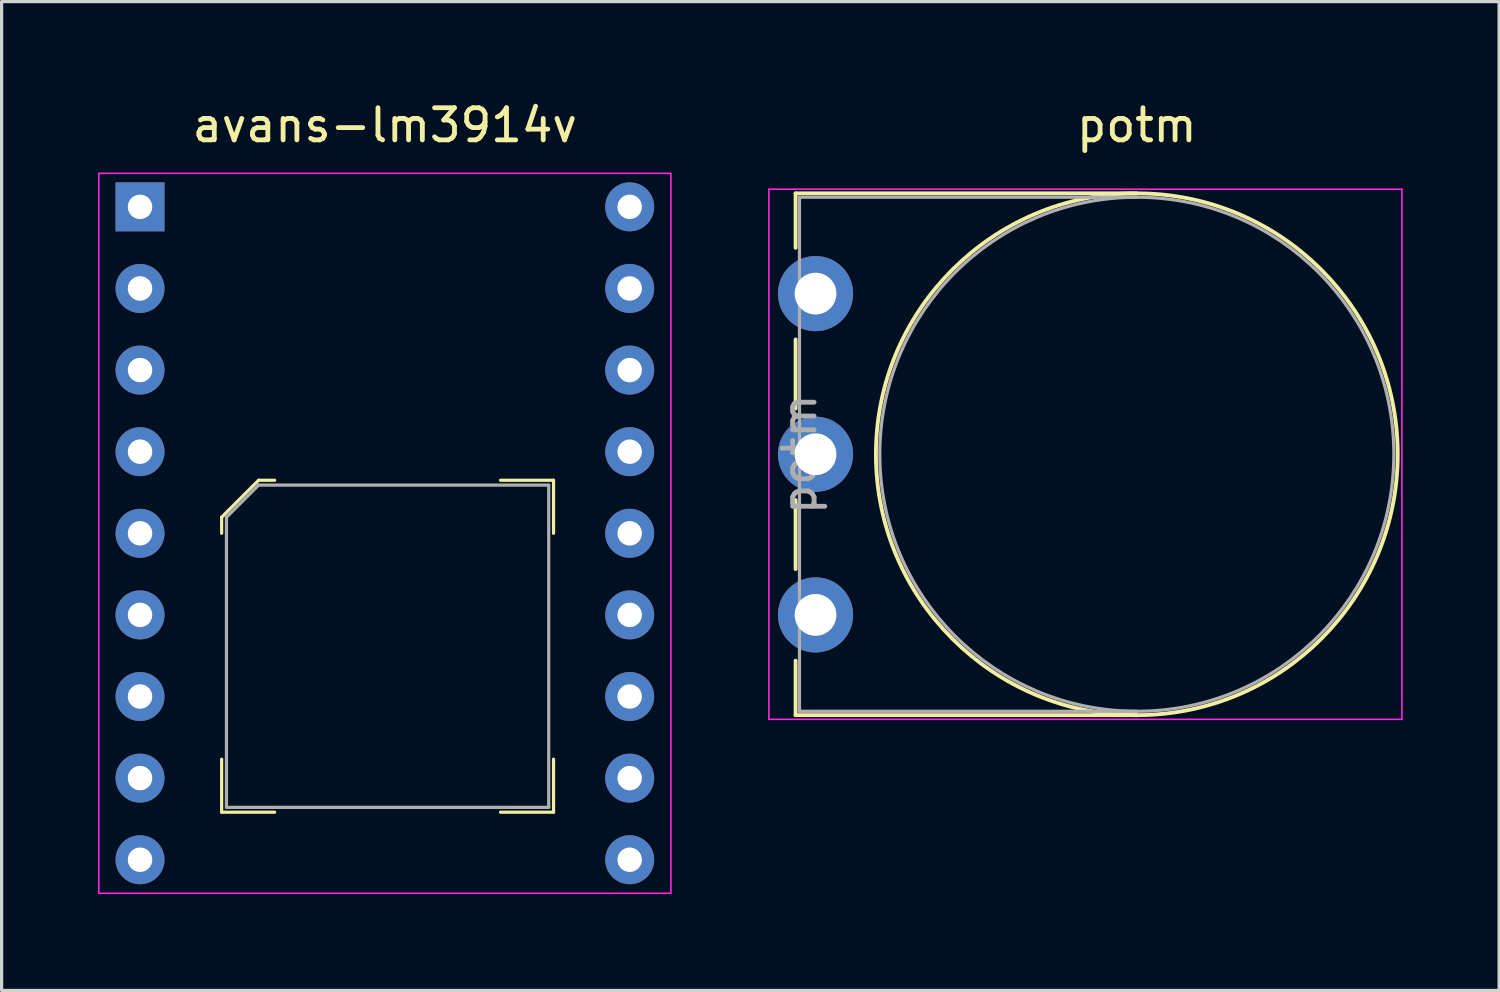
<source format=kicad_pcb>
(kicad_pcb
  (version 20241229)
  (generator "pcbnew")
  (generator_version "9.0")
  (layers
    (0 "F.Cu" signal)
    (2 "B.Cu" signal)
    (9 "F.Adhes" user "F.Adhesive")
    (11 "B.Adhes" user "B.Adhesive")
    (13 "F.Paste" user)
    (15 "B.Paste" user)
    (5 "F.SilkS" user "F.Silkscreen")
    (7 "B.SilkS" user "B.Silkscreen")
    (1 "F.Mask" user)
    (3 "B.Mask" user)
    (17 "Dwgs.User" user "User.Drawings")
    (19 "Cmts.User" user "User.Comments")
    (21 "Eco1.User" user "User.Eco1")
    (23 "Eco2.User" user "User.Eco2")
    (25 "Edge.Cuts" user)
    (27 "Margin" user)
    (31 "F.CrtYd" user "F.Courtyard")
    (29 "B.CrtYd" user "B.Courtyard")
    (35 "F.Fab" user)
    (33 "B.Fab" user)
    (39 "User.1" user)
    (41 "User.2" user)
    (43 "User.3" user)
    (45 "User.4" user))
  (footprint "potm"
    (layer "F.Cu")
    (at 22.332 16.088)
    (property "Reference" "potm" (at 10 -15.24 0) (unlocked yes) (layer "F.SilkS") (effects (font (size 1 1) (thickness 0.15))))
    (attr through_hole)
    (fp_line (start -0.62 -13.12) (end -0.62 -11.426) (stroke (width 0.12) (type solid)) (layer "F.SilkS"))
    (fp_line (start -0.62 -13.12) (end 10 -13.12) (stroke (width 0.12) (type solid)) (layer "F.SilkS"))
    (fp_line (start -0.62 -8.574) (end -0.62 -6.425) (stroke (width 0.12) (type solid)) (layer "F.SilkS"))
    (fp_line (start -0.62 -3.575) (end -0.62 -1.425) (stroke (width 0.12) (type solid)) (layer "F.SilkS"))
    (fp_line (start -0.62 1.425) (end -0.62 3.12) (stroke (width 0.12) (type solid)) (layer "F.SilkS"))
    (fp_line (start -0.62 3.12) (end 10 3.12) (stroke (width 0.12) (type solid)) (layer "F.SilkS"))
    (fp_circle (center 10 -5) (end 18.12 -5) (stroke (width 0.12) (type solid)) (fill no) (layer "F.SilkS"))
    (fp_line (start -1.45 -13.25) (end -1.45 3.25) (stroke (width 0.05) (type solid)) (layer "F.CrtYd"))
    (fp_line (start -1.45 3.25) (end 18.25 3.25) (stroke (width 0.05) (type solid)) (layer "F.CrtYd"))
    (fp_line (start 18.25 -13.25) (end -1.45 -13.25) (stroke (width 0.05) (type solid)) (layer "F.CrtYd"))
    (fp_line (start 18.25 3.25) (end 18.25 -13.25) (stroke (width 0.05) (type solid)) (layer "F.CrtYd"))
    (fp_line (start -0.5 -13) (end -0.5 3) (stroke (width 0.1) (type solid)) (layer "F.Fab"))
    (fp_line (start -0.5 3) (end 10 3) (stroke (width 0.1) (type solid)) (layer "F.Fab"))
    (fp_line (start 10 -13) (end -0.5 -13) (stroke (width 0.1) (type solid)) (layer "F.Fab"))
    (fp_circle (center 10 -5) (end 18 -5) (stroke (width 0.1) (type solid)) (fill no) (layer "F.Fab"))
    (fp_text user "${REFERENCE}" (at -0.5 -5 270) (layer "F.Fab") (effects (font (size 1 1) (thickness 0.15))))
    (pad "1" thru_hole circle (at 0 0) (size 2.34 2.34) (drill 1.3) (layers "*.Cu" "*.Mask"))
    (pad "2" thru_hole circle (at 0 -5) (size 2.34 2.34) (drill 1.3) (layers "*.Cu" "*.Mask"))
    (pad "3" thru_hole circle (at 0 -10) (size 2.34 2.34) (drill 1.3) (layers "*.Cu" "*.Mask")))
  (footprint "avans-lm3914v"
    (layer "F.Cu")
    (at 8.928 13.548)
    (property "Reference" "avans-lm3914v" (at 0 -12.7 0) (unlocked yes) (layer "F.SilkS") (effects (font (size 1 1) (thickness 0.15))))
    (attr through_hole)
    (fp_line (start -5.08 -0.5) (end -5.08 0) (stroke (width 0.1) (type solid)) (layer "F.SilkS"))
    (fp_line (start -5.08 8.68) (end -5.08 7.03) (stroke (width 0.1) (type solid)) (layer "F.SilkS"))
    (fp_line (start -3.93 -1.65) (end -5.08 -0.5) (stroke (width 0.1) (type solid)) (layer "F.SilkS"))
    (fp_line (start -3.43 -1.65) (end -3.93 -1.65) (stroke (width 0.1) (type solid)) (layer "F.SilkS"))
    (fp_line (start -3.43 8.68) (end -5.08 8.68) (stroke (width 0.1) (type solid)) (layer "F.SilkS"))
    (fp_line (start 3.6 -1.65) (end 5.25 -1.65) (stroke (width 0.1) (type solid)) (layer "F.SilkS"))
    (fp_line (start 3.6 8.68) (end 5.25 8.68) (stroke (width 0.1) (type solid)) (layer "F.SilkS"))
    (fp_line (start 5.25 -1.65) (end 5.25 0) (stroke (width 0.1) (type solid)) (layer "F.SilkS"))
    (fp_line (start 5.25 8.68) (end 5.25 7.03) (stroke (width 0.1) (type solid)) (layer "F.SilkS"))
    (fp_rect (start -8.903 -11.204) (end 8.903 11.204) (stroke (width 0.05) (type solid)) (fill no) (layer "F.CrtYd"))
    (fp_line (start -4.93 -0.5) (end -4.93 8.53) (stroke (width 0.1) (type solid)) (layer "F.Fab"))
    (fp_line (start -4.93 8.53) (end 5.1 8.53) (stroke (width 0.1) (type solid)) (layer "F.Fab"))
    (fp_line (start -3.93 -1.5) (end -4.93 -0.5) (stroke (width 0.1) (type solid)) (layer "F.Fab"))
    (fp_line (start 5.1 -1.5) (end -3.93 -1.5) (stroke (width 0.1) (type solid)) (layer "F.Fab"))
    (fp_line (start 5.1 8.53) (end 5.1 -1.5) (stroke (width 0.1) (type solid)) (layer "F.Fab"))
    (pad "1" thru_hole rect (at -7.62 -10.16) (size 1.524 1.524) (drill 0.762) (layers "*.Cu" "*.Mask"))
    (pad "2" thru_hole circle (at -7.62 -7.62) (size 1.524 1.524) (drill 0.762) (layers "*.Cu" "*.Mask"))
    (pad "3" thru_hole circle (at -7.62 -5.08) (size 1.524 1.524) (drill 0.762) (layers "*.Cu" "*.Mask"))
    (pad "4" thru_hole circle (at -7.62 -2.54) (size 1.524 1.524) (drill 0.762) (layers "*.Cu" "*.Mask"))
    (pad "5" thru_hole circle (at -7.62 0) (size 1.524 1.524) (drill 0.762) (layers "*.Cu" "*.Mask"))
    (pad "6" thru_hole circle (at -7.62 2.54) (size 1.524 1.524) (drill 0.762) (layers "*.Cu" "*.Mask"))
    (pad "7" thru_hole circle (at -7.62 5.08) (size 1.524 1.524) (drill 0.762) (layers "*.Cu" "*.Mask"))
    (pad "8" thru_hole circle (at -7.62 7.62) (size 1.524 1.524) (drill 0.762) (layers "*.Cu" "*.Mask"))
    (pad "9" thru_hole circle (at -7.62 10.16) (size 1.524 1.524) (drill 0.762) (layers "*.Cu" "*.Mask"))
    (pad "10" thru_hole circle (at 7.62 10.16) (size 1.524 1.524) (drill 0.762) (layers "*.Cu" "*.Mask"))
    (pad "11" thru_hole circle (at 7.62 7.62) (size 1.524 1.524) (drill 0.762) (layers "*.Cu" "*.Mask"))
    (pad "12" thru_hole circle (at 7.62 5.08) (size 1.524 1.524) (drill 0.762) (layers "*.Cu" "*.Mask"))
    (pad "13" thru_hole circle (at 7.62 2.54) (size 1.524 1.524) (drill 0.762) (layers "*.Cu" "*.Mask"))
    (pad "14" thru_hole circle (at 7.62 0) (size 1.524 1.524) (drill 0.762) (layers "*.Cu" "*.Mask"))
    (pad "15" thru_hole circle (at 7.62 -2.54) (size 1.524 1.524) (drill 0.762) (layers "*.Cu" "*.Mask"))
    (pad "16" thru_hole circle (at 7.62 -5.08) (size 1.524 1.524) (drill 0.762) (layers "*.Cu" "*.Mask"))
    (pad "17" thru_hole circle (at 7.62 -7.62) (size 1.524 1.524) (drill 0.762) (layers "*.Cu" "*.Mask"))
    (pad "18" thru_hole circle (at 7.62 -10.16) (size 1.524 1.524) (drill 0.762) (layers "*.Cu" "*.Mask")))
  (gr_rect
    (start -3 -3)
    (end 43.607 27.777)
    (stroke (width 0.1) (type default))
    (fill no)
    (layer "Edge.Cuts")))
</source>
